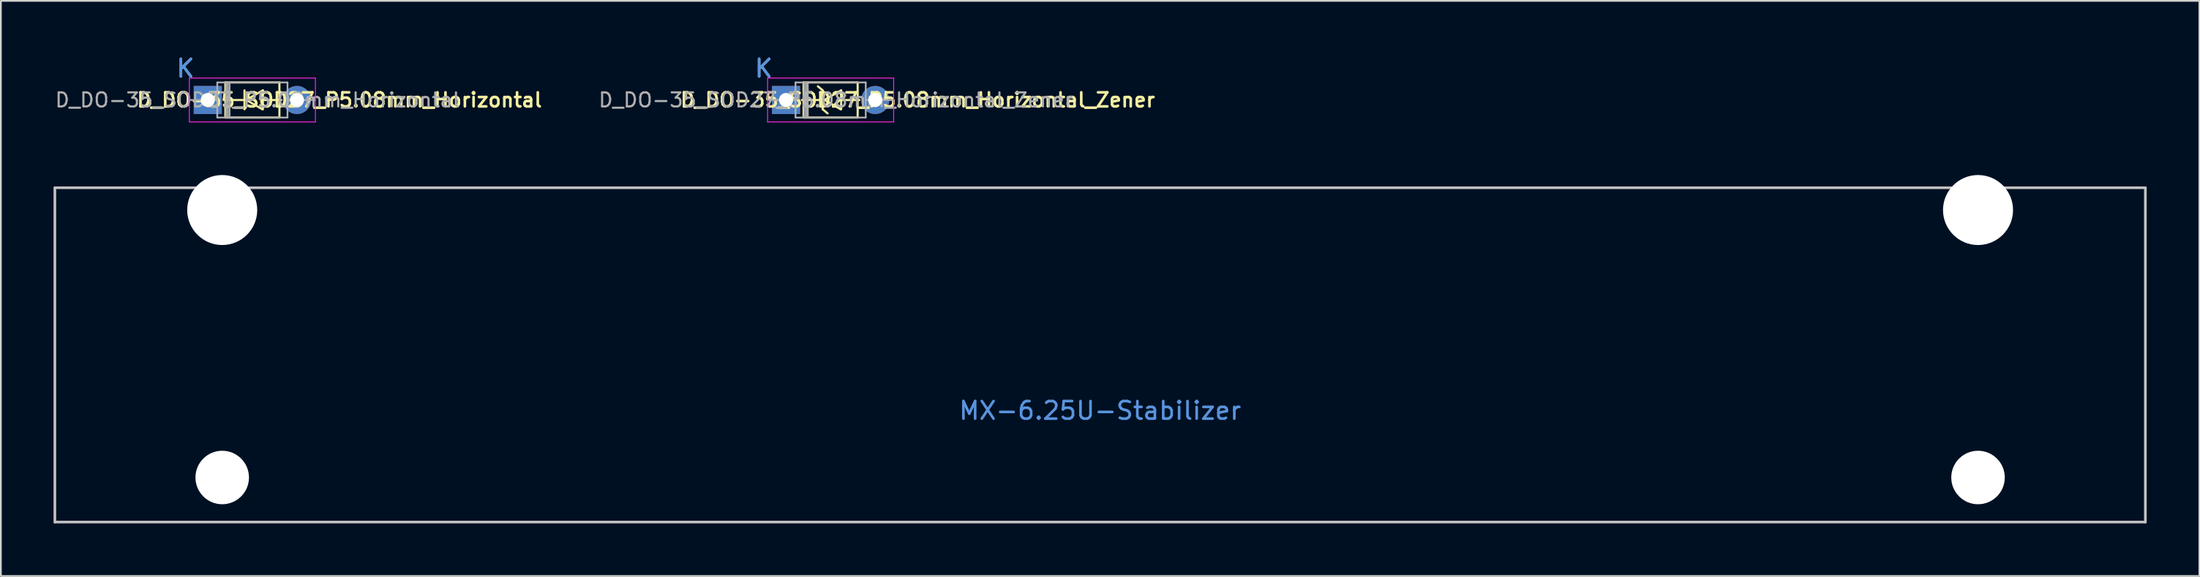
<source format=kicad_pcb>
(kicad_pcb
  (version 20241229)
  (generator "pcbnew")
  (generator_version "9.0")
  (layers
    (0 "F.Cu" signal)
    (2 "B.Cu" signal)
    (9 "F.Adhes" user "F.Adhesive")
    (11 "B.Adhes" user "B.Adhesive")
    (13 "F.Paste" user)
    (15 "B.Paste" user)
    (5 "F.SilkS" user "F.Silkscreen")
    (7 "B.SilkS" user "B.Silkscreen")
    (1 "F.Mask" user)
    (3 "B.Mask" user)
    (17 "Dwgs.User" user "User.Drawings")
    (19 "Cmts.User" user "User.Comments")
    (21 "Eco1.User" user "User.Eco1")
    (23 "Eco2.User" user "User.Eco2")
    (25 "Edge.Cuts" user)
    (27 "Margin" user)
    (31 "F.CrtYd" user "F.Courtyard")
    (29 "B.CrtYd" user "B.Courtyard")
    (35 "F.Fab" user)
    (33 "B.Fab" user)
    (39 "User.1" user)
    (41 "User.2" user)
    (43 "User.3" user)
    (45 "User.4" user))
  (footprint "D_DO-35_SOD27_P5.08mm_Horizontal_Zener"
    (layer "F.Cu")
    (at 40.447 2.648)
    (property "Reference" "D_DO-35_SOD27_P5.08mm_Horizontal_Zener" (at 8.77 0 0) (layer "F.SilkS") (effects (font (size 0.8 0.8) (thickness 0.15))))
    (attr through_hole)
    (fp_line (start 2.17 0) (end 3.35 0) (stroke (width 0.12) (type solid)) (layer "F.SilkS"))
    (fp_line (start 2.27 -1) (end 5.35 -1) (stroke (width 0.12) (type solid)) (layer "F.SilkS"))
    (fp_line (start 2.27 1) (end 2.27 -1) (stroke (width 0.12) (type solid)) (layer "F.SilkS"))
    (fp_line (start 2.27 1) (end 5.35 1) (stroke (width 0.12) (type solid)) (layer "F.SilkS"))
    (fp_line (start 3.36 -0.55) (end 3.084 -0.781) (stroke (width 0.12) (type solid)) (layer "F.SilkS"))
    (fp_line (start 3.36 0.53) (end 3.36 -0.55) (stroke (width 0.12) (type solid)) (layer "F.SilkS"))
    (fp_line (start 3.46 -0.01) (end 4.41 -0.55) (stroke (width 0.12) (type solid)) (layer "F.SilkS"))
    (fp_line (start 3.47 0) (end 4.38 0.53) (stroke (width 0.12) (type solid)) (layer "F.SilkS"))
    (fp_line (start 3.636 0.761) (end 3.36 0.53) (stroke (width 0.12) (type solid)) (layer "F.SilkS"))
    (fp_line (start 4.41 0.53) (end 4.41 -0.55) (stroke (width 0.12) (type solid)) (layer "F.SilkS"))
    (fp_line (start 5.35 1) (end 5.35 -1) (stroke (width 0.12) (type solid)) (layer "F.SilkS"))
    (fp_line (start 5.45 0) (end 4.41 0) (stroke (width 0.12) (type solid)) (layer "F.SilkS"))
    (fp_line (start 0.22 -1.25) (end 0.22 1.25) (stroke (width 0.05) (type solid)) (layer "F.CrtYd"))
    (fp_line (start 0.22 1.25) (end 7.4 1.25) (stroke (width 0.05) (type solid)) (layer "F.CrtYd"))
    (fp_line (start 7.4 -1.25) (end 0.22 -1.25) (stroke (width 0.05) (type solid)) (layer "F.CrtYd"))
    (fp_line (start 7.4 1.25) (end 7.4 -1.25) (stroke (width 0.05) (type solid)) (layer "F.CrtYd"))
    (fp_line (start 0.25 0) (end 1.81 0) (stroke (width 0.1) (type solid)) (layer "F.Fab"))
    (fp_line (start 1.81 -1) (end 1.81 1) (stroke (width 0.1) (type solid)) (layer "F.Fab"))
    (fp_line (start 1.81 1) (end 5.81 1) (stroke (width 0.1) (type solid)) (layer "F.Fab"))
    (fp_line (start 2.31 -1) (end 2.31 1) (stroke (width 0.1) (type solid)) (layer "F.Fab"))
    (fp_line (start 2.41 -1) (end 2.41 1) (stroke (width 0.1) (type solid)) (layer "F.Fab"))
    (fp_line (start 2.51 -1) (end 2.51 1) (stroke (width 0.1) (type solid)) (layer "F.Fab"))
    (fp_line (start 5.81 -1) (end 1.81 -1) (stroke (width 0.1) (type solid)) (layer "F.Fab"))
    (fp_line (start 5.81 1) (end 5.81 -1) (stroke (width 0.1) (type solid)) (layer "F.Fab"))
    (fp_line (start 7.37 0) (end 5.81 0) (stroke (width 0.1) (type solid)) (layer "F.Fab"))
    (fp_text user "K" (at 0 -1.8 0) (layer "Cmts.User") (effects (font (size 1 1) (thickness 0.15))))
    (fp_text user "K" (at 0 -1.8 0) (layer "F.Fab") (effects (font (size 1 1) (thickness 0.15))))
    (fp_text user "${REFERENCE}" (at 4.11 0 0) (layer "F.Fab") (effects (font (size 0.8 0.8) (thickness 0.12))))
    (pad "1" thru_hole rect (at 1.27 0) (size 1.6 1.6) (drill 0.8) (layers "*.Cu" "*.Mask"))
    (pad "2" thru_hole oval (at 6.35 0) (size 1.6 1.6) (drill 0.8) (layers "*.Cu" "*.Mask")))
  (footprint "D_DO-35_SOD27_P5.08mm_Horizontal"
    (layer "F.Cu")
    (at 7.514 2.648)
    (property "Reference" "D_DO-35_SOD27_P5.08mm_Horizontal" (at 8.77 0 0) (layer "F.SilkS") (effects (font (size 0.8 0.8) (thickness 0.15))))
    (attr through_hole)
    (fp_line (start 2.17 0) (end 3.35 0) (stroke (width 0.12) (type solid)) (layer "F.SilkS"))
    (fp_line (start 2.27 -1) (end 5.35 -1) (stroke (width 0.12) (type solid)) (layer "F.SilkS"))
    (fp_line (start 2.27 1) (end 2.27 -1) (stroke (width 0.12) (type solid)) (layer "F.SilkS"))
    (fp_line (start 2.27 1) (end 5.35 1) (stroke (width 0.12) (type solid)) (layer "F.SilkS"))
    (fp_line (start 3.36 0.53) (end 3.36 -0.55) (stroke (width 0.12) (type solid)) (layer "F.SilkS"))
    (fp_line (start 3.46 -0.01) (end 4.41 -0.55) (stroke (width 0.12) (type solid)) (layer "F.SilkS"))
    (fp_line (start 3.47 0) (end 4.38 0.53) (stroke (width 0.12) (type solid)) (layer "F.SilkS"))
    (fp_line (start 4.41 0.53) (end 4.41 -0.55) (stroke (width 0.12) (type solid)) (layer "F.SilkS"))
    (fp_line (start 5.35 1) (end 5.35 -1) (stroke (width 0.12) (type solid)) (layer "F.SilkS"))
    (fp_line (start 5.45 0) (end 4.41 0) (stroke (width 0.12) (type solid)) (layer "F.SilkS"))
    (fp_line (start 0.22 -1.25) (end 0.22 1.25) (stroke (width 0.05) (type solid)) (layer "F.CrtYd"))
    (fp_line (start 0.22 1.25) (end 7.4 1.25) (stroke (width 0.05) (type solid)) (layer "F.CrtYd"))
    (fp_line (start 7.4 -1.25) (end 0.22 -1.25) (stroke (width 0.05) (type solid)) (layer "F.CrtYd"))
    (fp_line (start 7.4 1.25) (end 7.4 -1.25) (stroke (width 0.05) (type solid)) (layer "F.CrtYd"))
    (fp_line (start 0.25 0) (end 1.81 0) (stroke (width 0.1) (type solid)) (layer "F.Fab"))
    (fp_line (start 1.81 -1) (end 1.81 1) (stroke (width 0.1) (type solid)) (layer "F.Fab"))
    (fp_line (start 1.81 1) (end 5.81 1) (stroke (width 0.1) (type solid)) (layer "F.Fab"))
    (fp_line (start 2.31 -1) (end 2.31 1) (stroke (width 0.1) (type solid)) (layer "F.Fab"))
    (fp_line (start 2.41 -1) (end 2.41 1) (stroke (width 0.1) (type solid)) (layer "F.Fab"))
    (fp_line (start 2.51 -1) (end 2.51 1) (stroke (width 0.1) (type solid)) (layer "F.Fab"))
    (fp_line (start 5.81 -1) (end 1.81 -1) (stroke (width 0.1) (type solid)) (layer "F.Fab"))
    (fp_line (start 5.81 1) (end 5.81 -1) (stroke (width 0.1) (type solid)) (layer "F.Fab"))
    (fp_line (start 7.37 0) (end 5.81 0) (stroke (width 0.1) (type solid)) (layer "F.Fab"))
    (fp_text user "K" (at 0 -1.8 0) (layer "Cmts.User") (effects (font (size 1 1) (thickness 0.15))))
    (fp_text user "K" (at 0 -1.8 0) (layer "F.Fab") (effects (font (size 1 1) (thickness 0.15))))
    (fp_text user "${REFERENCE}" (at 4.11 0 0) (layer "F.Fab") (effects (font (size 0.8 0.8) (thickness 0.12))))
    (pad "1" thru_hole rect (at 1.27 0) (size 1.6 1.6) (drill 0.8) (layers "*.Cu" "*.Mask"))
    (pad "2" thru_hole oval (at 6.35 0) (size 1.6 1.6) (drill 0.8) (layers "*.Cu" "*.Mask")))
  (footprint "MX-6.25U-Stabilizer"
    (layer "F.Cu")
    (at 59.606 17.172)
    (property "Reference" "MX-6.25U-Stabilizer" (at 0 3.175 0) (layer "Cmts.User") (effects (font (size 1 1) (thickness 0.15))))
    (attr through_hole)
    (fp_line (start -59.531 -9.525) (end 59.531 -9.525) (stroke (width 0.15) (type solid)) (layer "Dwgs.User"))
    (fp_line (start -59.531 9.525) (end -59.531 -9.525) (stroke (width 0.15) (type solid)) (layer "Dwgs.User"))
    (fp_line (start -59.531 9.525) (end 59.531 9.525) (stroke (width 0.15) (type solid)) (layer "Dwgs.User"))
    (fp_line (start 59.531 -9.525) (end 59.531 9.525) (stroke (width 0.15) (type solid)) (layer "Dwgs.User"))
    (pad "" np_thru_hole circle (at -50 -8.255) (size 3.988 3.988) (drill 3.988) (layers "*.Cu" "*.Mask"))
    (pad "" np_thru_hole circle (at -50 6.985) (size 3.048 3.048) (drill 3.048) (layers "*.Cu" "*.Mask"))
    (pad "" np_thru_hole circle (at 50 -8.255) (size 3.988 3.988) (drill 3.988) (layers "*.Cu" "*.Mask"))
    (pad "" np_thru_hole circle (at 50 6.985) (size 3.048 3.048) (drill 3.048) (layers "*.Cu" "*.Mask")))
  (gr_rect
    (start -3 -3)
    (end 122.213 29.772)
    (stroke (width 0.1) (type default))
    (fill no)
    (layer "Edge.Cuts")))
</source>
